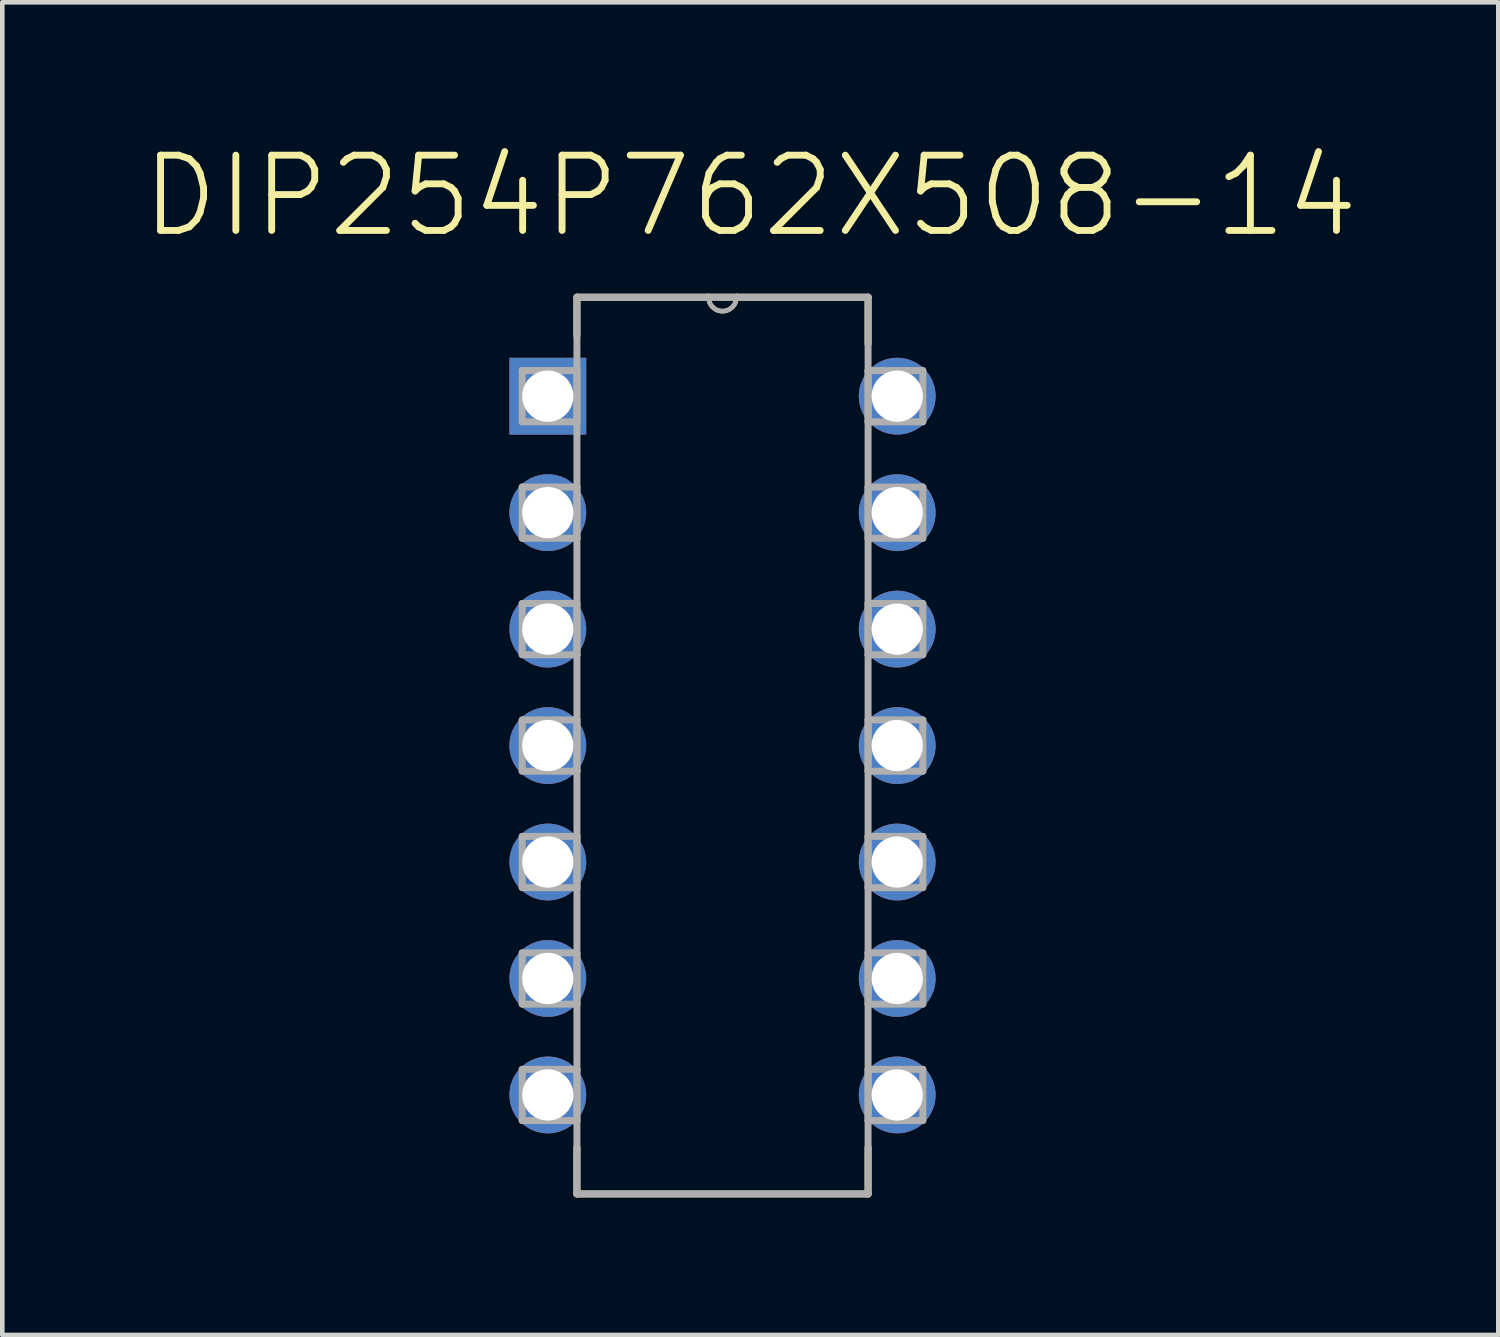
<source format=kicad_pcb>
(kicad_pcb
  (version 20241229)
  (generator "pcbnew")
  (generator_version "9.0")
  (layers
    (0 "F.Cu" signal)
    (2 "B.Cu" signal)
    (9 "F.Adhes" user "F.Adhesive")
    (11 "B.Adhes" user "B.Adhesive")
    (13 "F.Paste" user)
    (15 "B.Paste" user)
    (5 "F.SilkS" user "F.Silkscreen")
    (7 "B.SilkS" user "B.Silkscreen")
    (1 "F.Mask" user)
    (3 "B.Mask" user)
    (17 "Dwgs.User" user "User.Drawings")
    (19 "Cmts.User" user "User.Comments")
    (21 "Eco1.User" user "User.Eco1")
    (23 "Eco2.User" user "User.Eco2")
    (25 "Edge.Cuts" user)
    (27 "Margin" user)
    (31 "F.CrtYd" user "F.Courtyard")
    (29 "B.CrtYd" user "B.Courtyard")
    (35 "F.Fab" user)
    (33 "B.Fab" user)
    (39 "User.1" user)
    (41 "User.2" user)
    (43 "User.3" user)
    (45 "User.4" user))
  (footprint "DIP254P762X508-14"
    (layer "F.Cu")
    (at 16.518 20.831)
    (property "Reference" "DIP254P762X508-14" (at -3.204 -19.607 0) (layer "F.SilkS") (effects (font (size 1.642 1.642) (thickness 0.15))))
    (attr through_hole)
    (fp_line (start -6.985 -17.399) (end -6.985 -16.561) (stroke (width 0.152) (type solid)) (layer "F.SilkS"))
    (fp_line (start -6.985 1.143) (end -6.985 2.159) (stroke (width 0.152) (type solid)) (layer "F.SilkS"))
    (fp_line (start -6.985 2.159) (end -0.635 2.159) (stroke (width 0.152) (type solid)) (layer "F.SilkS"))
    (fp_line (start -4.115 -17.399) (end -6.985 -17.399) (stroke (width 0.152) (type solid)) (layer "F.SilkS"))
    (fp_line (start -3.505 -17.399) (end -4.115 -17.399) (stroke (width 0.152) (type solid)) (layer "F.SilkS"))
    (fp_line (start -0.635 -17.399) (end -3.505 -17.399) (stroke (width 0.152) (type solid)) (layer "F.SilkS"))
    (fp_line (start -0.635 -16.383) (end -0.635 -17.399) (stroke (width 0.152) (type solid)) (layer "F.SilkS"))
    (fp_line (start -0.635 2.159) (end -0.635 1.143) (stroke (width 0.152) (type solid)) (layer "F.SilkS"))
    (fp_arc (start -3.5052 -17.399) (mid -3.81 -17.0942) (end -4.1148 -17.399) (stroke (width 0.1) (type solid)) (layer "F.SilkS"))
    (fp_line (start -8.179 -15.799) (end -8.179 -14.681) (stroke (width 0.152) (type solid)) (layer "F.Fab"))
    (fp_line (start -8.179 -14.681) (end -6.985 -14.681) (stroke (width 0.152) (type solid)) (layer "F.Fab"))
    (fp_line (start -8.179 -13.259) (end -8.179 -12.141) (stroke (width 0.152) (type solid)) (layer "F.Fab"))
    (fp_line (start -8.179 -12.141) (end -6.985 -12.141) (stroke (width 0.152) (type solid)) (layer "F.Fab"))
    (fp_line (start -8.179 -10.719) (end -8.179 -9.601) (stroke (width 0.152) (type solid)) (layer "F.Fab"))
    (fp_line (start -8.179 -9.601) (end -6.985 -9.601) (stroke (width 0.152) (type solid)) (layer "F.Fab"))
    (fp_line (start -8.179 -8.179) (end -8.179 -7.061) (stroke (width 0.152) (type solid)) (layer "F.Fab"))
    (fp_line (start -8.179 -7.061) (end -6.985 -7.061) (stroke (width 0.152) (type solid)) (layer "F.Fab"))
    (fp_line (start -8.179 -5.639) (end -8.179 -4.521) (stroke (width 0.152) (type solid)) (layer "F.Fab"))
    (fp_line (start -8.179 -4.521) (end -6.985 -4.521) (stroke (width 0.152) (type solid)) (layer "F.Fab"))
    (fp_line (start -8.179 -3.099) (end -8.179 -1.981) (stroke (width 0.152) (type solid)) (layer "F.Fab"))
    (fp_line (start -8.179 -1.981) (end -6.985 -1.981) (stroke (width 0.152) (type solid)) (layer "F.Fab"))
    (fp_line (start -8.179 -0.559) (end -8.179 0.559) (stroke (width 0.152) (type solid)) (layer "F.Fab"))
    (fp_line (start -8.179 0.559) (end -6.985 0.559) (stroke (width 0.152) (type solid)) (layer "F.Fab"))
    (fp_line (start -6.985 -17.399) (end -6.985 2.159) (stroke (width 0.152) (type solid)) (layer "F.Fab"))
    (fp_line (start -6.985 -15.799) (end -8.179 -15.799) (stroke (width 0.152) (type solid)) (layer "F.Fab"))
    (fp_line (start -6.985 -14.681) (end -6.985 -15.799) (stroke (width 0.152) (type solid)) (layer "F.Fab"))
    (fp_line (start -6.985 -13.259) (end -8.179 -13.259) (stroke (width 0.152) (type solid)) (layer "F.Fab"))
    (fp_line (start -6.985 -12.141) (end -6.985 -13.259) (stroke (width 0.152) (type solid)) (layer "F.Fab"))
    (fp_line (start -6.985 -10.719) (end -8.179 -10.719) (stroke (width 0.152) (type solid)) (layer "F.Fab"))
    (fp_line (start -6.985 -9.601) (end -6.985 -10.719) (stroke (width 0.152) (type solid)) (layer "F.Fab"))
    (fp_line (start -6.985 -8.179) (end -8.179 -8.179) (stroke (width 0.152) (type solid)) (layer "F.Fab"))
    (fp_line (start -6.985 -7.061) (end -6.985 -8.179) (stroke (width 0.152) (type solid)) (layer "F.Fab"))
    (fp_line (start -6.985 -5.639) (end -8.179 -5.639) (stroke (width 0.152) (type solid)) (layer "F.Fab"))
    (fp_line (start -6.985 -4.521) (end -6.985 -5.639) (stroke (width 0.152) (type solid)) (layer "F.Fab"))
    (fp_line (start -6.985 -3.099) (end -8.179 -3.099) (stroke (width 0.152) (type solid)) (layer "F.Fab"))
    (fp_line (start -6.985 -1.981) (end -6.985 -3.099) (stroke (width 0.152) (type solid)) (layer "F.Fab"))
    (fp_line (start -6.985 -0.559) (end -8.179 -0.559) (stroke (width 0.152) (type solid)) (layer "F.Fab"))
    (fp_line (start -6.985 0.559) (end -6.985 -0.559) (stroke (width 0.152) (type solid)) (layer "F.Fab"))
    (fp_line (start -6.985 2.159) (end -0.635 2.159) (stroke (width 0.152) (type solid)) (layer "F.Fab"))
    (fp_line (start -4.115 -17.399) (end -6.985 -17.399) (stroke (width 0.152) (type solid)) (layer "F.Fab"))
    (fp_line (start -3.505 -17.399) (end -4.115 -17.399) (stroke (width 0.152) (type solid)) (layer "F.Fab"))
    (fp_line (start -0.635 -17.399) (end -3.505 -17.399) (stroke (width 0.152) (type solid)) (layer "F.Fab"))
    (fp_line (start -0.635 -15.799) (end -0.635 -14.681) (stroke (width 0.152) (type solid)) (layer "F.Fab"))
    (fp_line (start -0.635 -14.681) (end 0.559 -14.681) (stroke (width 0.152) (type solid)) (layer "F.Fab"))
    (fp_line (start -0.635 -13.259) (end -0.635 -12.141) (stroke (width 0.152) (type solid)) (layer "F.Fab"))
    (fp_line (start -0.635 -12.141) (end 0.559 -12.141) (stroke (width 0.152) (type solid)) (layer "F.Fab"))
    (fp_line (start -0.635 -10.719) (end -0.635 -9.601) (stroke (width 0.152) (type solid)) (layer "F.Fab"))
    (fp_line (start -0.635 -9.601) (end 0.559 -9.601) (stroke (width 0.152) (type solid)) (layer "F.Fab"))
    (fp_line (start -0.635 -8.179) (end -0.635 -7.061) (stroke (width 0.152) (type solid)) (layer "F.Fab"))
    (fp_line (start -0.635 -7.061) (end 0.559 -7.061) (stroke (width 0.152) (type solid)) (layer "F.Fab"))
    (fp_line (start -0.635 -5.639) (end -0.635 -4.521) (stroke (width 0.152) (type solid)) (layer "F.Fab"))
    (fp_line (start -0.635 -4.521) (end 0.559 -4.521) (stroke (width 0.152) (type solid)) (layer "F.Fab"))
    (fp_line (start -0.635 -3.099) (end -0.635 -1.981) (stroke (width 0.152) (type solid)) (layer "F.Fab"))
    (fp_line (start -0.635 -1.981) (end 0.559 -1.981) (stroke (width 0.152) (type solid)) (layer "F.Fab"))
    (fp_line (start -0.635 -0.559) (end -0.635 0.559) (stroke (width 0.152) (type solid)) (layer "F.Fab"))
    (fp_line (start -0.635 0.559) (end 0.559 0.559) (stroke (width 0.152) (type solid)) (layer "F.Fab"))
    (fp_line (start -0.635 2.159) (end -0.635 -17.399) (stroke (width 0.152) (type solid)) (layer "F.Fab"))
    (fp_line (start 0.559 -15.799) (end -0.635 -15.799) (stroke (width 0.152) (type solid)) (layer "F.Fab"))
    (fp_line (start 0.559 -14.681) (end 0.559 -15.799) (stroke (width 0.152) (type solid)) (layer "F.Fab"))
    (fp_line (start 0.559 -13.259) (end -0.635 -13.259) (stroke (width 0.152) (type solid)) (layer "F.Fab"))
    (fp_line (start 0.559 -12.141) (end 0.559 -13.259) (stroke (width 0.152) (type solid)) (layer "F.Fab"))
    (fp_line (start 0.559 -10.719) (end -0.635 -10.719) (stroke (width 0.152) (type solid)) (layer "F.Fab"))
    (fp_line (start 0.559 -9.601) (end 0.559 -10.719) (stroke (width 0.152) (type solid)) (layer "F.Fab"))
    (fp_line (start 0.559 -8.179) (end -0.635 -8.179) (stroke (width 0.152) (type solid)) (layer "F.Fab"))
    (fp_line (start 0.559 -7.061) (end 0.559 -8.179) (stroke (width 0.152) (type solid)) (layer "F.Fab"))
    (fp_line (start 0.559 -5.639) (end -0.635 -5.639) (stroke (width 0.152) (type solid)) (layer "F.Fab"))
    (fp_line (start 0.559 -4.521) (end 0.559 -5.639) (stroke (width 0.152) (type solid)) (layer "F.Fab"))
    (fp_line (start 0.559 -3.099) (end -0.635 -3.099) (stroke (width 0.152) (type solid)) (layer "F.Fab"))
    (fp_line (start 0.559 -1.981) (end 0.559 -3.099) (stroke (width 0.152) (type solid)) (layer "F.Fab"))
    (fp_line (start 0.559 -0.559) (end -0.635 -0.559) (stroke (width 0.152) (type solid)) (layer "F.Fab"))
    (fp_line (start 0.559 0.559) (end 0.559 -0.559) (stroke (width 0.152) (type solid)) (layer "F.Fab"))
    (fp_arc (start -3.5052 -17.399) (mid -3.81 -17.0942) (end -4.1148 -17.399) (stroke (width 0.1) (type solid)) (layer "F.Fab"))
    (pad "1" thru_hole rect (at -7.62 -15.24) (size 1.676 1.676) (drill 1.118) (layers "*.Cu" "*.Mask"))
    (pad "2" thru_hole circle (at -7.62 -12.7) (size 1.676 1.676) (drill 1.118) (layers "*.Cu" "*.Mask"))
    (pad "3" thru_hole circle (at -7.62 -10.16) (size 1.676 1.676) (drill 1.118) (layers "*.Cu" "*.Mask"))
    (pad "4" thru_hole circle (at -7.62 -7.62) (size 1.676 1.676) (drill 1.118) (layers "*.Cu" "*.Mask"))
    (pad "5" thru_hole circle (at -7.62 -5.08) (size 1.676 1.676) (drill 1.118) (layers "*.Cu" "*.Mask"))
    (pad "6" thru_hole circle (at -7.62 -2.54) (size 1.676 1.676) (drill 1.118) (layers "*.Cu" "*.Mask"))
    (pad "7" thru_hole circle (at -7.62 0) (size 1.676 1.676) (drill 1.118) (layers "*.Cu" "*.Mask"))
    (pad "8" thru_hole circle (at 0 0) (size 1.676 1.676) (drill 1.118) (layers "*.Cu" "*.Mask"))
    (pad "9" thru_hole circle (at 0 -2.54) (size 1.676 1.676) (drill 1.118) (layers "*.Cu" "*.Mask"))
    (pad "10" thru_hole circle (at 0 -5.08) (size 1.676 1.676) (drill 1.118) (layers "*.Cu" "*.Mask"))
    (pad "11" thru_hole circle (at 0 -7.62) (size 1.676 1.676) (drill 1.118) (layers "*.Cu" "*.Mask"))
    (pad "12" thru_hole circle (at 0 -10.16) (size 1.676 1.676) (drill 1.118) (layers "*.Cu" "*.Mask"))
    (pad "13" thru_hole circle (at 0 -12.7) (size 1.676 1.676) (drill 1.118) (layers "*.Cu" "*.Mask"))
    (pad "14" thru_hole circle (at 0 -15.24) (size 1.676 1.676) (drill 1.118) (layers "*.Cu" "*.Mask")))
  (gr_rect
    (start -3 -3)
    (end 29.628 26.066)
    (stroke (width 0.1) (type default))
    (fill no)
    (layer "Edge.Cuts")))
</source>
